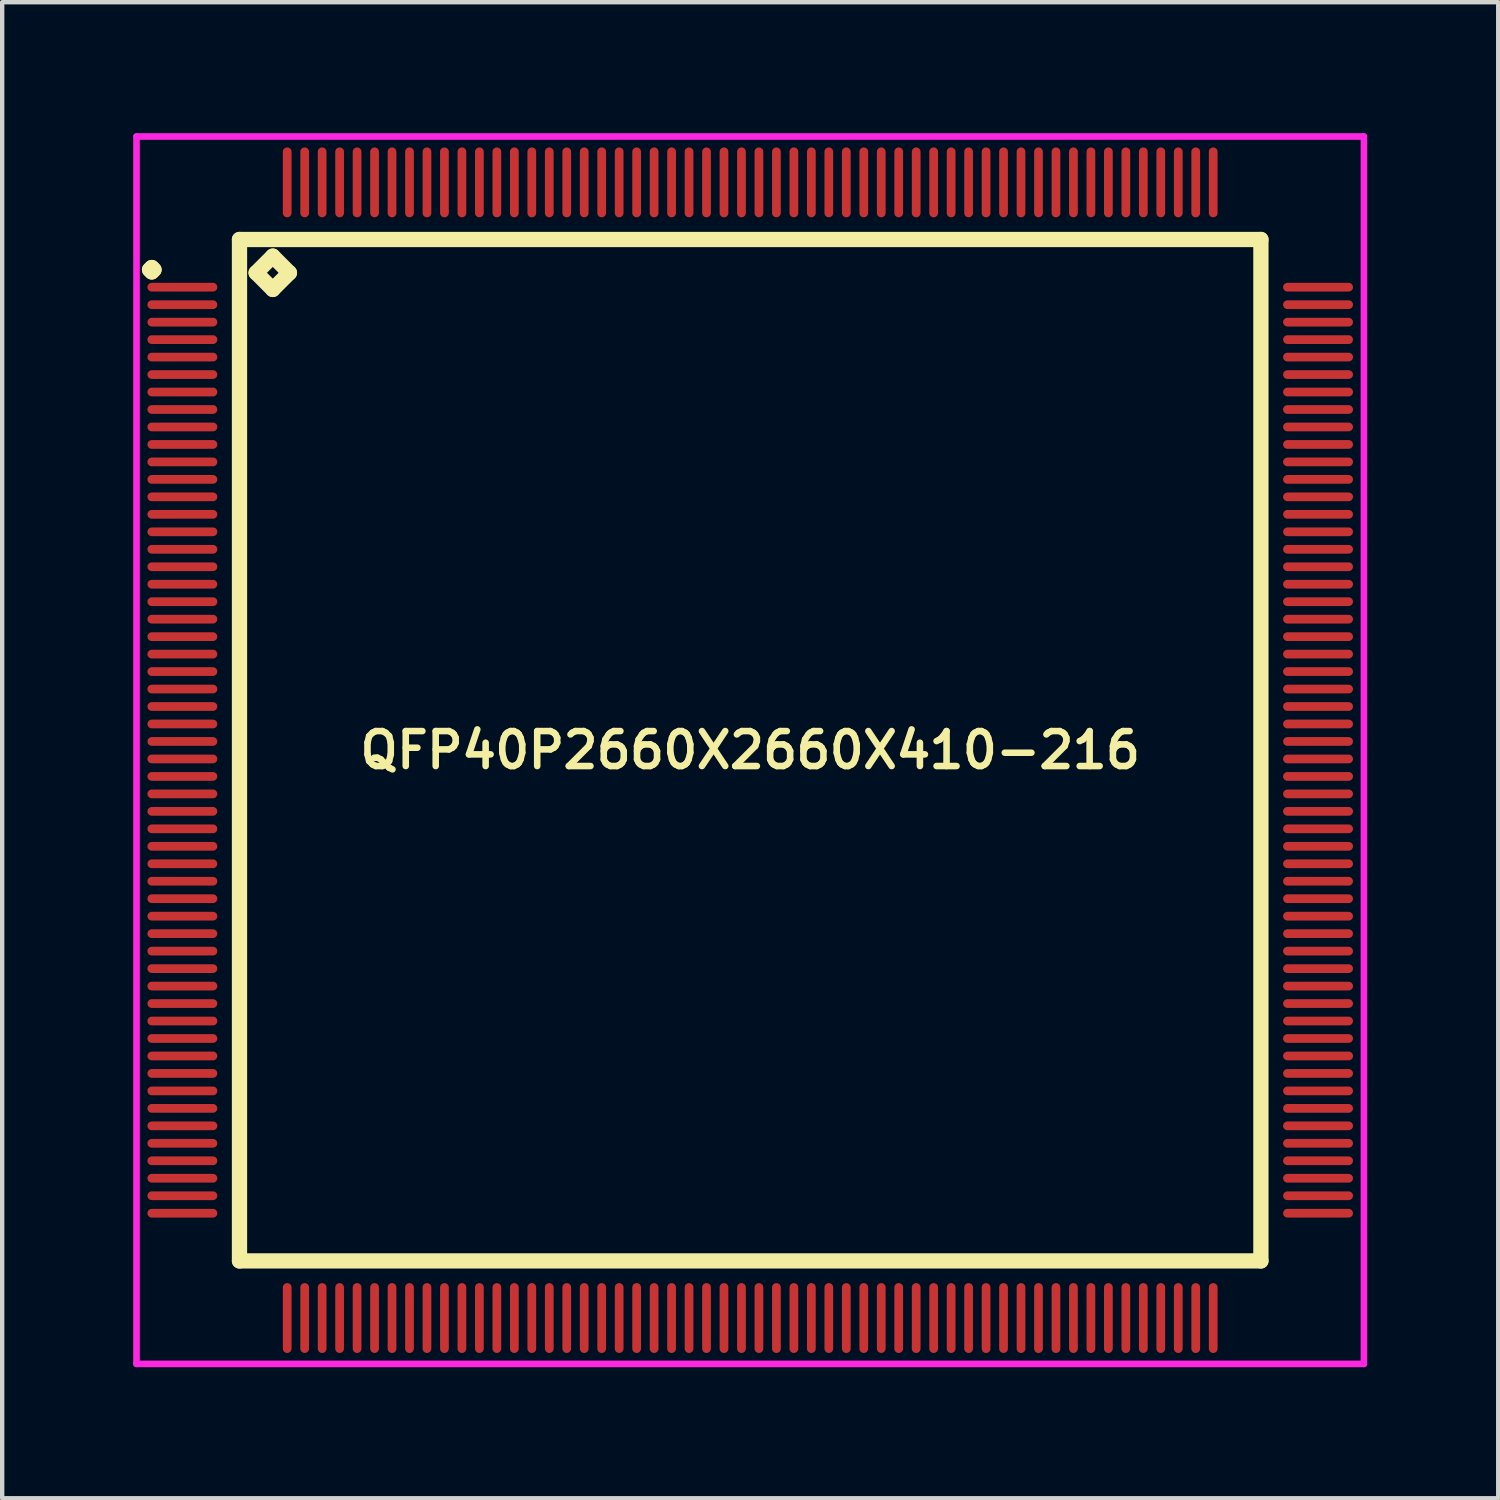
<source format=kicad_pcb>
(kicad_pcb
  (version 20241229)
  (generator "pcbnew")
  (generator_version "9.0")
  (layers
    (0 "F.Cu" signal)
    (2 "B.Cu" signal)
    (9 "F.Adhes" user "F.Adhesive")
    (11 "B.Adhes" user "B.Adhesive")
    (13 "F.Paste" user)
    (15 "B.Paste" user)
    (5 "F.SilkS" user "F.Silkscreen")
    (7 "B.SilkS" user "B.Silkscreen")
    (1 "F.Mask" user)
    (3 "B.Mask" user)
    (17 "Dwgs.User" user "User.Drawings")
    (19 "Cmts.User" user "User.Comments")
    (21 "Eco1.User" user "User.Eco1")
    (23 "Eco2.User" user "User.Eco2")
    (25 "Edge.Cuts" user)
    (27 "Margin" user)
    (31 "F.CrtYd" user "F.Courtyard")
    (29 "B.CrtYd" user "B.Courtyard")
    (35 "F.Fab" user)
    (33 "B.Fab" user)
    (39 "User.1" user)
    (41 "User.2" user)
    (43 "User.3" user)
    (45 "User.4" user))
  (footprint "QFP40P2660X2660X410-216"
    (layer "F.Cu")
    (at 14.125 14.125)
    (property "Reference" "QFP40P2660X2660X410-216" (at 0 0 0) (layer "F.SilkS") (effects (font (size 0.8 0.8) (thickness 0.15))))
    (attr smd)
    (fp_line (start -13.75 -11) (end -13.7 -11.05) (stroke (width 0.35) (type solid)) (layer "F.SilkS"))
    (fp_line (start -13.7 -11.05) (end -13.65 -11) (stroke (width 0.35) (type solid)) (layer "F.SilkS"))
    (fp_line (start -13.7 -10.95) (end -13.75 -11) (stroke (width 0.35) (type solid)) (layer "F.SilkS"))
    (fp_line (start -13.65 -11) (end -13.7 -10.95) (stroke (width 0.35) (type solid)) (layer "F.SilkS"))
    (fp_line (start -11.692 -11.692) (end -11.692 11.692) (stroke (width 0.35) (type solid)) (layer "F.SilkS"))
    (fp_line (start -11.692 11.692) (end 11.692 11.692) (stroke (width 0.35) (type solid)) (layer "F.SilkS"))
    (fp_line (start -11.311 -10.93) (end -10.93 -11.311) (stroke (width 0.35) (type solid)) (layer "F.SilkS"))
    (fp_line (start -10.93 -11.311) (end -10.549 -10.93) (stroke (width 0.35) (type solid)) (layer "F.SilkS"))
    (fp_line (start -10.93 -10.549) (end -11.311 -10.93) (stroke (width 0.35) (type solid)) (layer "F.SilkS"))
    (fp_line (start -10.549 -10.93) (end -10.93 -10.549) (stroke (width 0.35) (type solid)) (layer "F.SilkS"))
    (fp_line (start 11.692 -11.692) (end -11.692 -11.692) (stroke (width 0.35) (type solid)) (layer "F.SilkS"))
    (fp_line (start 11.692 11.692) (end 11.692 -11.692) (stroke (width 0.35) (type solid)) (layer "F.SilkS"))
    (fp_line (start -14.05 -14.05) (end 14.05 -14.05) (stroke (width 0.15) (type solid)) (layer "F.CrtYd"))
    (fp_line (start -14.05 14.05) (end -14.05 -14.05) (stroke (width 0.15) (type solid)) (layer "F.CrtYd"))
    (fp_line (start 14.05 -14.05) (end 14.05 14.05) (stroke (width 0.15) (type solid)) (layer "F.CrtYd"))
    (fp_line (start 14.05 14.05) (end -14.05 14.05) (stroke (width 0.15) (type solid)) (layer "F.CrtYd"))
    (pad "1" smd oval (at -13 -10.6) (size 1.6 0.2) (layers "F.Cu" "F.Mask" "F.Paste"))
    (pad "2" smd oval (at -13 -10.2) (size 1.6 0.2) (layers "F.Cu" "F.Mask" "F.Paste"))
    (pad "3" smd oval (at -13 -9.8) (size 1.6 0.2) (layers "F.Cu" "F.Mask" "F.Paste"))
    (pad "4" smd oval (at -13 -9.4) (size 1.6 0.2) (layers "F.Cu" "F.Mask" "F.Paste"))
    (pad "5" smd oval (at -13 -9) (size 1.6 0.2) (layers "F.Cu" "F.Mask" "F.Paste"))
    (pad "6" smd oval (at -13 -8.6) (size 1.6 0.2) (layers "F.Cu" "F.Mask" "F.Paste"))
    (pad "7" smd oval (at -13 -8.2) (size 1.6 0.2) (layers "F.Cu" "F.Mask" "F.Paste"))
    (pad "8" smd oval (at -13 -7.8) (size 1.6 0.2) (layers "F.Cu" "F.Mask" "F.Paste"))
    (pad "9" smd oval (at -13 -7.4) (size 1.6 0.2) (layers "F.Cu" "F.Mask" "F.Paste"))
    (pad "10" smd oval (at -13 -7) (size 1.6 0.2) (layers "F.Cu" "F.Mask" "F.Paste"))
    (pad "11" smd oval (at -13 -6.6) (size 1.6 0.2) (layers "F.Cu" "F.Mask" "F.Paste"))
    (pad "12" smd oval (at -13 -6.2) (size 1.6 0.2) (layers "F.Cu" "F.Mask" "F.Paste"))
    (pad "13" smd oval (at -13 -5.8) (size 1.6 0.2) (layers "F.Cu" "F.Mask" "F.Paste"))
    (pad "14" smd oval (at -13 -5.4) (size 1.6 0.2) (layers "F.Cu" "F.Mask" "F.Paste"))
    (pad "15" smd oval (at -13 -5) (size 1.6 0.2) (layers "F.Cu" "F.Mask" "F.Paste"))
    (pad "16" smd oval (at -13 -4.6) (size 1.6 0.2) (layers "F.Cu" "F.Mask" "F.Paste"))
    (pad "17" smd oval (at -13 -4.2) (size 1.6 0.2) (layers "F.Cu" "F.Mask" "F.Paste"))
    (pad "18" smd oval (at -13 -3.8) (size 1.6 0.2) (layers "F.Cu" "F.Mask" "F.Paste"))
    (pad "19" smd oval (at -13 -3.4) (size 1.6 0.2) (layers "F.Cu" "F.Mask" "F.Paste"))
    (pad "20" smd oval (at -13 -3) (size 1.6 0.2) (layers "F.Cu" "F.Mask" "F.Paste"))
    (pad "21" smd oval (at -13 -2.6) (size 1.6 0.2) (layers "F.Cu" "F.Mask" "F.Paste"))
    (pad "22" smd oval (at -13 -2.2) (size 1.6 0.2) (layers "F.Cu" "F.Mask" "F.Paste"))
    (pad "23" smd oval (at -13 -1.8) (size 1.6 0.2) (layers "F.Cu" "F.Mask" "F.Paste"))
    (pad "24" smd oval (at -13 -1.4) (size 1.6 0.2) (layers "F.Cu" "F.Mask" "F.Paste"))
    (pad "25" smd oval (at -13 -1) (size 1.6 0.2) (layers "F.Cu" "F.Mask" "F.Paste"))
    (pad "26" smd oval (at -13 -0.6) (size 1.6 0.2) (layers "F.Cu" "F.Mask" "F.Paste"))
    (pad "27" smd oval (at -13 -0.2) (size 1.6 0.2) (layers "F.Cu" "F.Mask" "F.Paste"))
    (pad "28" smd oval (at -13 0.2) (size 1.6 0.2) (layers "F.Cu" "F.Mask" "F.Paste"))
    (pad "29" smd oval (at -13 0.6) (size 1.6 0.2) (layers "F.Cu" "F.Mask" "F.Paste"))
    (pad "30" smd oval (at -13 1) (size 1.6 0.2) (layers "F.Cu" "F.Mask" "F.Paste"))
    (pad "31" smd oval (at -13 1.4) (size 1.6 0.2) (layers "F.Cu" "F.Mask" "F.Paste"))
    (pad "32" smd oval (at -13 1.8) (size 1.6 0.2) (layers "F.Cu" "F.Mask" "F.Paste"))
    (pad "33" smd oval (at -13 2.2) (size 1.6 0.2) (layers "F.Cu" "F.Mask" "F.Paste"))
    (pad "34" smd oval (at -13 2.6) (size 1.6 0.2) (layers "F.Cu" "F.Mask" "F.Paste"))
    (pad "35" smd oval (at -13 3) (size 1.6 0.2) (layers "F.Cu" "F.Mask" "F.Paste"))
    (pad "36" smd oval (at -13 3.4) (size 1.6 0.2) (layers "F.Cu" "F.Mask" "F.Paste"))
    (pad "37" smd oval (at -13 3.8) (size 1.6 0.2) (layers "F.Cu" "F.Mask" "F.Paste"))
    (pad "38" smd oval (at -13 4.2) (size 1.6 0.2) (layers "F.Cu" "F.Mask" "F.Paste"))
    (pad "39" smd oval (at -13 4.6) (size 1.6 0.2) (layers "F.Cu" "F.Mask" "F.Paste"))
    (pad "40" smd oval (at -13 5) (size 1.6 0.2) (layers "F.Cu" "F.Mask" "F.Paste"))
    (pad "41" smd oval (at -13 5.4) (size 1.6 0.2) (layers "F.Cu" "F.Mask" "F.Paste"))
    (pad "42" smd oval (at -13 5.8) (size 1.6 0.2) (layers "F.Cu" "F.Mask" "F.Paste"))
    (pad "43" smd oval (at -13 6.2) (size 1.6 0.2) (layers "F.Cu" "F.Mask" "F.Paste"))
    (pad "44" smd oval (at -13 6.6) (size 1.6 0.2) (layers "F.Cu" "F.Mask" "F.Paste"))
    (pad "45" smd oval (at -13 7) (size 1.6 0.2) (layers "F.Cu" "F.Mask" "F.Paste"))
    (pad "46" smd oval (at -13 7.4) (size 1.6 0.2) (layers "F.Cu" "F.Mask" "F.Paste"))
    (pad "47" smd oval (at -13 7.8) (size 1.6 0.2) (layers "F.Cu" "F.Mask" "F.Paste"))
    (pad "48" smd oval (at -13 8.2) (size 1.6 0.2) (layers "F.Cu" "F.Mask" "F.Paste"))
    (pad "49" smd oval (at -13 8.6) (size 1.6 0.2) (layers "F.Cu" "F.Mask" "F.Paste"))
    (pad "50" smd oval (at -13 9) (size 1.6 0.2) (layers "F.Cu" "F.Mask" "F.Paste"))
    (pad "51" smd oval (at -13 9.4) (size 1.6 0.2) (layers "F.Cu" "F.Mask" "F.Paste"))
    (pad "52" smd oval (at -13 9.8) (size 1.6 0.2) (layers "F.Cu" "F.Mask" "F.Paste"))
    (pad "53" smd oval (at -13 10.2) (size 1.6 0.2) (layers "F.Cu" "F.Mask" "F.Paste"))
    (pad "54" smd oval (at -13 10.6) (size 1.6 0.2) (layers "F.Cu" "F.Mask" "F.Paste"))
    (pad "55" smd oval (at -10.6 13) (size 0.2 1.6) (layers "F.Cu" "F.Mask" "F.Paste"))
    (pad "56" smd oval (at -10.2 13) (size 0.2 1.6) (layers "F.Cu" "F.Mask" "F.Paste"))
    (pad "57" smd oval (at -9.8 13) (size 0.2 1.6) (layers "F.Cu" "F.Mask" "F.Paste"))
    (pad "58" smd oval (at -9.4 13) (size 0.2 1.6) (layers "F.Cu" "F.Mask" "F.Paste"))
    (pad "59" smd oval (at -9 13) (size 0.2 1.6) (layers "F.Cu" "F.Mask" "F.Paste"))
    (pad "60" smd oval (at -8.6 13) (size 0.2 1.6) (layers "F.Cu" "F.Mask" "F.Paste"))
    (pad "61" smd oval (at -8.2 13) (size 0.2 1.6) (layers "F.Cu" "F.Mask" "F.Paste"))
    (pad "62" smd oval (at -7.8 13) (size 0.2 1.6) (layers "F.Cu" "F.Mask" "F.Paste"))
    (pad "63" smd oval (at -7.4 13) (size 0.2 1.6) (layers "F.Cu" "F.Mask" "F.Paste"))
    (pad "64" smd oval (at -7 13) (size 0.2 1.6) (layers "F.Cu" "F.Mask" "F.Paste"))
    (pad "65" smd oval (at -6.6 13) (size 0.2 1.6) (layers "F.Cu" "F.Mask" "F.Paste"))
    (pad "66" smd oval (at -6.2 13) (size 0.2 1.6) (layers "F.Cu" "F.Mask" "F.Paste"))
    (pad "67" smd oval (at -5.8 13) (size 0.2 1.6) (layers "F.Cu" "F.Mask" "F.Paste"))
    (pad "68" smd oval (at -5.4 13) (size 0.2 1.6) (layers "F.Cu" "F.Mask" "F.Paste"))
    (pad "69" smd oval (at -5 13) (size 0.2 1.6) (layers "F.Cu" "F.Mask" "F.Paste"))
    (pad "70" smd oval (at -4.6 13) (size 0.2 1.6) (layers "F.Cu" "F.Mask" "F.Paste"))
    (pad "71" smd oval (at -4.2 13) (size 0.2 1.6) (layers "F.Cu" "F.Mask" "F.Paste"))
    (pad "72" smd oval (at -3.8 13) (size 0.2 1.6) (layers "F.Cu" "F.Mask" "F.Paste"))
    (pad "73" smd oval (at -3.4 13) (size 0.2 1.6) (layers "F.Cu" "F.Mask" "F.Paste"))
    (pad "74" smd oval (at -3 13) (size 0.2 1.6) (layers "F.Cu" "F.Mask" "F.Paste"))
    (pad "75" smd oval (at -2.6 13) (size 0.2 1.6) (layers "F.Cu" "F.Mask" "F.Paste"))
    (pad "76" smd oval (at -2.2 13) (size 0.2 1.6) (layers "F.Cu" "F.Mask" "F.Paste"))
    (pad "77" smd oval (at -1.8 13) (size 0.2 1.6) (layers "F.Cu" "F.Mask" "F.Paste"))
    (pad "78" smd oval (at -1.4 13) (size 0.2 1.6) (layers "F.Cu" "F.Mask" "F.Paste"))
    (pad "79" smd oval (at -1 13) (size 0.2 1.6) (layers "F.Cu" "F.Mask" "F.Paste"))
    (pad "80" smd oval (at -0.6 13) (size 0.2 1.6) (layers "F.Cu" "F.Mask" "F.Paste"))
    (pad "81" smd oval (at -0.2 13) (size 0.2 1.6) (layers "F.Cu" "F.Mask" "F.Paste"))
    (pad "82" smd oval (at 0.2 13) (size 0.2 1.6) (layers "F.Cu" "F.Mask" "F.Paste"))
    (pad "83" smd oval (at 0.6 13) (size 0.2 1.6) (layers "F.Cu" "F.Mask" "F.Paste"))
    (pad "84" smd oval (at 1 13) (size 0.2 1.6) (layers "F.Cu" "F.Mask" "F.Paste"))
    (pad "85" smd oval (at 1.4 13) (size 0.2 1.6) (layers "F.Cu" "F.Mask" "F.Paste"))
    (pad "86" smd oval (at 1.8 13) (size 0.2 1.6) (layers "F.Cu" "F.Mask" "F.Paste"))
    (pad "87" smd oval (at 2.2 13) (size 0.2 1.6) (layers "F.Cu" "F.Mask" "F.Paste"))
    (pad "88" smd oval (at 2.6 13) (size 0.2 1.6) (layers "F.Cu" "F.Mask" "F.Paste"))
    (pad "89" smd oval (at 3 13) (size 0.2 1.6) (layers "F.Cu" "F.Mask" "F.Paste"))
    (pad "90" smd oval (at 3.4 13) (size 0.2 1.6) (layers "F.Cu" "F.Mask" "F.Paste"))
    (pad "91" smd oval (at 3.8 13) (size 0.2 1.6) (layers "F.Cu" "F.Mask" "F.Paste"))
    (pad "92" smd oval (at 4.2 13) (size 0.2 1.6) (layers "F.Cu" "F.Mask" "F.Paste"))
    (pad "93" smd oval (at 4.6 13) (size 0.2 1.6) (layers "F.Cu" "F.Mask" "F.Paste"))
    (pad "94" smd oval (at 5 13) (size 0.2 1.6) (layers "F.Cu" "F.Mask" "F.Paste"))
    (pad "95" smd oval (at 5.4 13) (size 0.2 1.6) (layers "F.Cu" "F.Mask" "F.Paste"))
    (pad "96" smd oval (at 5.8 13) (size 0.2 1.6) (layers "F.Cu" "F.Mask" "F.Paste"))
    (pad "97" smd oval (at 6.2 13) (size 0.2 1.6) (layers "F.Cu" "F.Mask" "F.Paste"))
    (pad "98" smd oval (at 6.6 13) (size 0.2 1.6) (layers "F.Cu" "F.Mask" "F.Paste"))
    (pad "99" smd oval (at 7 13) (size 0.2 1.6) (layers "F.Cu" "F.Mask" "F.Paste"))
    (pad "100" smd oval (at 7.4 13) (size 0.2 1.6) (layers "F.Cu" "F.Mask" "F.Paste"))
    (pad "101" smd oval (at 7.8 13) (size 0.2 1.6) (layers "F.Cu" "F.Mask" "F.Paste"))
    (pad "102" smd oval (at 8.2 13) (size 0.2 1.6) (layers "F.Cu" "F.Mask" "F.Paste"))
    (pad "103" smd oval (at 8.6 13) (size 0.2 1.6) (layers "F.Cu" "F.Mask" "F.Paste"))
    (pad "104" smd oval (at 9 13) (size 0.2 1.6) (layers "F.Cu" "F.Mask" "F.Paste"))
    (pad "105" smd oval (at 9.4 13) (size 0.2 1.6) (layers "F.Cu" "F.Mask" "F.Paste"))
    (pad "106" smd oval (at 9.8 13) (size 0.2 1.6) (layers "F.Cu" "F.Mask" "F.Paste"))
    (pad "107" smd oval (at 10.2 13) (size 0.2 1.6) (layers "F.Cu" "F.Mask" "F.Paste"))
    (pad "108" smd oval (at 10.6 13) (size 0.2 1.6) (layers "F.Cu" "F.Mask" "F.Paste"))
    (pad "109" smd oval (at 13 10.6) (size 1.6 0.2) (layers "F.Cu" "F.Mask" "F.Paste"))
    (pad "110" smd oval (at 13 10.2) (size 1.6 0.2) (layers "F.Cu" "F.Mask" "F.Paste"))
    (pad "111" smd oval (at 13 9.8) (size 1.6 0.2) (layers "F.Cu" "F.Mask" "F.Paste"))
    (pad "112" smd oval (at 13 9.4) (size 1.6 0.2) (layers "F.Cu" "F.Mask" "F.Paste"))
    (pad "113" smd oval (at 13 9) (size 1.6 0.2) (layers "F.Cu" "F.Mask" "F.Paste"))
    (pad "114" smd oval (at 13 8.6) (size 1.6 0.2) (layers "F.Cu" "F.Mask" "F.Paste"))
    (pad "115" smd oval (at 13 8.2) (size 1.6 0.2) (layers "F.Cu" "F.Mask" "F.Paste"))
    (pad "116" smd oval (at 13 7.8) (size 1.6 0.2) (layers "F.Cu" "F.Mask" "F.Paste"))
    (pad "117" smd oval (at 13 7.4) (size 1.6 0.2) (layers "F.Cu" "F.Mask" "F.Paste"))
    (pad "118" smd oval (at 13 7) (size 1.6 0.2) (layers "F.Cu" "F.Mask" "F.Paste"))
    (pad "119" smd oval (at 13 6.6) (size 1.6 0.2) (layers "F.Cu" "F.Mask" "F.Paste"))
    (pad "120" smd oval (at 13 6.2) (size 1.6 0.2) (layers "F.Cu" "F.Mask" "F.Paste"))
    (pad "121" smd oval (at 13 5.8) (size 1.6 0.2) (layers "F.Cu" "F.Mask" "F.Paste"))
    (pad "122" smd oval (at 13 5.4) (size 1.6 0.2) (layers "F.Cu" "F.Mask" "F.Paste"))
    (pad "123" smd oval (at 13 5) (size 1.6 0.2) (layers "F.Cu" "F.Mask" "F.Paste"))
    (pad "124" smd oval (at 13 4.6) (size 1.6 0.2) (layers "F.Cu" "F.Mask" "F.Paste"))
    (pad "125" smd oval (at 13 4.2) (size 1.6 0.2) (layers "F.Cu" "F.Mask" "F.Paste"))
    (pad "126" smd oval (at 13 3.8) (size 1.6 0.2) (layers "F.Cu" "F.Mask" "F.Paste"))
    (pad "127" smd oval (at 13 3.4) (size 1.6 0.2) (layers "F.Cu" "F.Mask" "F.Paste"))
    (pad "128" smd oval (at 13 3) (size 1.6 0.2) (layers "F.Cu" "F.Mask" "F.Paste"))
    (pad "129" smd oval (at 13 2.6) (size 1.6 0.2) (layers "F.Cu" "F.Mask" "F.Paste"))
    (pad "130" smd oval (at 13 2.2) (size 1.6 0.2) (layers "F.Cu" "F.Mask" "F.Paste"))
    (pad "131" smd oval (at 13 1.8) (size 1.6 0.2) (layers "F.Cu" "F.Mask" "F.Paste"))
    (pad "132" smd oval (at 13 1.4) (size 1.6 0.2) (layers "F.Cu" "F.Mask" "F.Paste"))
    (pad "133" smd oval (at 13 1) (size 1.6 0.2) (layers "F.Cu" "F.Mask" "F.Paste"))
    (pad "134" smd oval (at 13 0.6) (size 1.6 0.2) (layers "F.Cu" "F.Mask" "F.Paste"))
    (pad "135" smd oval (at 13 0.2) (size 1.6 0.2) (layers "F.Cu" "F.Mask" "F.Paste"))
    (pad "136" smd oval (at 13 -0.2) (size 1.6 0.2) (layers "F.Cu" "F.Mask" "F.Paste"))
    (pad "137" smd oval (at 13 -0.6) (size 1.6 0.2) (layers "F.Cu" "F.Mask" "F.Paste"))
    (pad "138" smd oval (at 13 -1) (size 1.6 0.2) (layers "F.Cu" "F.Mask" "F.Paste"))
    (pad "139" smd oval (at 13 -1.4) (size 1.6 0.2) (layers "F.Cu" "F.Mask" "F.Paste"))
    (pad "140" smd oval (at 13 -1.8) (size 1.6 0.2) (layers "F.Cu" "F.Mask" "F.Paste"))
    (pad "141" smd oval (at 13 -2.2) (size 1.6 0.2) (layers "F.Cu" "F.Mask" "F.Paste"))
    (pad "142" smd oval (at 13 -2.6) (size 1.6 0.2) (layers "F.Cu" "F.Mask" "F.Paste"))
    (pad "143" smd oval (at 13 -3) (size 1.6 0.2) (layers "F.Cu" "F.Mask" "F.Paste"))
    (pad "144" smd oval (at 13 -3.4) (size 1.6 0.2) (layers "F.Cu" "F.Mask" "F.Paste"))
    (pad "145" smd oval (at 13 -3.8) (size 1.6 0.2) (layers "F.Cu" "F.Mask" "F.Paste"))
    (pad "146" smd oval (at 13 -4.2) (size 1.6 0.2) (layers "F.Cu" "F.Mask" "F.Paste"))
    (pad "147" smd oval (at 13 -4.6) (size 1.6 0.2) (layers "F.Cu" "F.Mask" "F.Paste"))
    (pad "148" smd oval (at 13 -5) (size 1.6 0.2) (layers "F.Cu" "F.Mask" "F.Paste"))
    (pad "149" smd oval (at 13 -5.4) (size 1.6 0.2) (layers "F.Cu" "F.Mask" "F.Paste"))
    (pad "150" smd oval (at 13 -5.8) (size 1.6 0.2) (layers "F.Cu" "F.Mask" "F.Paste"))
    (pad "151" smd oval (at 13 -6.2) (size 1.6 0.2) (layers "F.Cu" "F.Mask" "F.Paste"))
    (pad "152" smd oval (at 13 -6.6) (size 1.6 0.2) (layers "F.Cu" "F.Mask" "F.Paste"))
    (pad "153" smd oval (at 13 -7) (size 1.6 0.2) (layers "F.Cu" "F.Mask" "F.Paste"))
    (pad "154" smd oval (at 13 -7.4) (size 1.6 0.2) (layers "F.Cu" "F.Mask" "F.Paste"))
    (pad "155" smd oval (at 13 -7.8) (size 1.6 0.2) (layers "F.Cu" "F.Mask" "F.Paste"))
    (pad "156" smd oval (at 13 -8.2) (size 1.6 0.2) (layers "F.Cu" "F.Mask" "F.Paste"))
    (pad "157" smd oval (at 13 -8.6) (size 1.6 0.2) (layers "F.Cu" "F.Mask" "F.Paste"))
    (pad "158" smd oval (at 13 -9) (size 1.6 0.2) (layers "F.Cu" "F.Mask" "F.Paste"))
    (pad "159" smd oval (at 13 -9.4) (size 1.6 0.2) (layers "F.Cu" "F.Mask" "F.Paste"))
    (pad "160" smd oval (at 13 -9.8) (size 1.6 0.2) (layers "F.Cu" "F.Mask" "F.Paste"))
    (pad "161" smd oval (at 13 -10.2) (size 1.6 0.2) (layers "F.Cu" "F.Mask" "F.Paste"))
    (pad "162" smd oval (at 13 -10.6) (size 1.6 0.2) (layers "F.Cu" "F.Mask" "F.Paste"))
    (pad "163" smd oval (at 10.6 -13) (size 0.2 1.6) (layers "F.Cu" "F.Mask" "F.Paste"))
    (pad "164" smd oval (at 10.2 -13) (size 0.2 1.6) (layers "F.Cu" "F.Mask" "F.Paste"))
    (pad "165" smd oval (at 9.8 -13) (size 0.2 1.6) (layers "F.Cu" "F.Mask" "F.Paste"))
    (pad "166" smd oval (at 9.4 -13) (size 0.2 1.6) (layers "F.Cu" "F.Mask" "F.Paste"))
    (pad "167" smd oval (at 9 -13) (size 0.2 1.6) (layers "F.Cu" "F.Mask" "F.Paste"))
    (pad "168" smd oval (at 8.6 -13) (size 0.2 1.6) (layers "F.Cu" "F.Mask" "F.Paste"))
    (pad "169" smd oval (at 8.2 -13) (size 0.2 1.6) (layers "F.Cu" "F.Mask" "F.Paste"))
    (pad "170" smd oval (at 7.8 -13) (size 0.2 1.6) (layers "F.Cu" "F.Mask" "F.Paste"))
    (pad "171" smd oval (at 7.4 -13) (size 0.2 1.6) (layers "F.Cu" "F.Mask" "F.Paste"))
    (pad "172" smd oval (at 7 -13) (size 0.2 1.6) (layers "F.Cu" "F.Mask" "F.Paste"))
    (pad "173" smd oval (at 6.6 -13) (size 0.2 1.6) (layers "F.Cu" "F.Mask" "F.Paste"))
    (pad "174" smd oval (at 6.2 -13) (size 0.2 1.6) (layers "F.Cu" "F.Mask" "F.Paste"))
    (pad "175" smd oval (at 5.8 -13) (size 0.2 1.6) (layers "F.Cu" "F.Mask" "F.Paste"))
    (pad "176" smd oval (at 5.4 -13) (size 0.2 1.6) (layers "F.Cu" "F.Mask" "F.Paste"))
    (pad "177" smd oval (at 5 -13) (size 0.2 1.6) (layers "F.Cu" "F.Mask" "F.Paste"))
    (pad "178" smd oval (at 4.6 -13) (size 0.2 1.6) (layers "F.Cu" "F.Mask" "F.Paste"))
    (pad "179" smd oval (at 4.2 -13) (size 0.2 1.6) (layers "F.Cu" "F.Mask" "F.Paste"))
    (pad "180" smd oval (at 3.8 -13) (size 0.2 1.6) (layers "F.Cu" "F.Mask" "F.Paste"))
    (pad "181" smd oval (at 3.4 -13) (size 0.2 1.6) (layers "F.Cu" "F.Mask" "F.Paste"))
    (pad "182" smd oval (at 3 -13) (size 0.2 1.6) (layers "F.Cu" "F.Mask" "F.Paste"))
    (pad "183" smd oval (at 2.6 -13) (size 0.2 1.6) (layers "F.Cu" "F.Mask" "F.Paste"))
    (pad "184" smd oval (at 2.2 -13) (size 0.2 1.6) (layers "F.Cu" "F.Mask" "F.Paste"))
    (pad "185" smd oval (at 1.8 -13) (size 0.2 1.6) (layers "F.Cu" "F.Mask" "F.Paste"))
    (pad "186" smd oval (at 1.4 -13) (size 0.2 1.6) (layers "F.Cu" "F.Mask" "F.Paste"))
    (pad "187" smd oval (at 1 -13) (size 0.2 1.6) (layers "F.Cu" "F.Mask" "F.Paste"))
    (pad "188" smd oval (at 0.6 -13) (size 0.2 1.6) (layers "F.Cu" "F.Mask" "F.Paste"))
    (pad "189" smd oval (at 0.2 -13) (size 0.2 1.6) (layers "F.Cu" "F.Mask" "F.Paste"))
    (pad "190" smd oval (at -0.2 -13) (size 0.2 1.6) (layers "F.Cu" "F.Mask" "F.Paste"))
    (pad "191" smd oval (at -0.6 -13) (size 0.2 1.6) (layers "F.Cu" "F.Mask" "F.Paste"))
    (pad "192" smd oval (at -1 -13) (size 0.2 1.6) (layers "F.Cu" "F.Mask" "F.Paste"))
    (pad "193" smd oval (at -1.4 -13) (size 0.2 1.6) (layers "F.Cu" "F.Mask" "F.Paste"))
    (pad "194" smd oval (at -1.8 -13) (size 0.2 1.6) (layers "F.Cu" "F.Mask" "F.Paste"))
    (pad "195" smd oval (at -2.2 -13) (size 0.2 1.6) (layers "F.Cu" "F.Mask" "F.Paste"))
    (pad "196" smd oval (at -2.6 -13) (size 0.2 1.6) (layers "F.Cu" "F.Mask" "F.Paste"))
    (pad "197" smd oval (at -3 -13) (size 0.2 1.6) (layers "F.Cu" "F.Mask" "F.Paste"))
    (pad "198" smd oval (at -3.4 -13) (size 0.2 1.6) (layers "F.Cu" "F.Mask" "F.Paste"))
    (pad "199" smd oval (at -3.8 -13) (size 0.2 1.6) (layers "F.Cu" "F.Mask" "F.Paste"))
    (pad "200" smd oval (at -4.2 -13) (size 0.2 1.6) (layers "F.Cu" "F.Mask" "F.Paste"))
    (pad "201" smd oval (at -4.6 -13) (size 0.2 1.6) (layers "F.Cu" "F.Mask" "F.Paste"))
    (pad "202" smd oval (at -5 -13) (size 0.2 1.6) (layers "F.Cu" "F.Mask" "F.Paste"))
    (pad "203" smd oval (at -5.4 -13) (size 0.2 1.6) (layers "F.Cu" "F.Mask" "F.Paste"))
    (pad "204" smd oval (at -5.8 -13) (size 0.2 1.6) (layers "F.Cu" "F.Mask" "F.Paste"))
    (pad "205" smd oval (at -6.2 -13) (size 0.2 1.6) (layers "F.Cu" "F.Mask" "F.Paste"))
    (pad "206" smd oval (at -6.6 -13) (size 0.2 1.6) (layers "F.Cu" "F.Mask" "F.Paste"))
    (pad "207" smd oval (at -7 -13) (size 0.2 1.6) (layers "F.Cu" "F.Mask" "F.Paste"))
    (pad "208" smd oval (at -7.4 -13) (size 0.2 1.6) (layers "F.Cu" "F.Mask" "F.Paste"))
    (pad "209" smd oval (at -7.8 -13) (size 0.2 1.6) (layers "F.Cu" "F.Mask" "F.Paste"))
    (pad "210" smd oval (at -8.2 -13) (size 0.2 1.6) (layers "F.Cu" "F.Mask" "F.Paste"))
    (pad "211" smd oval (at -8.6 -13) (size 0.2 1.6) (layers "F.Cu" "F.Mask" "F.Paste"))
    (pad "212" smd oval (at -9 -13) (size 0.2 1.6) (layers "F.Cu" "F.Mask" "F.Paste"))
    (pad "213" smd oval (at -9.4 -13) (size 0.2 1.6) (layers "F.Cu" "F.Mask" "F.Paste"))
    (pad "214" smd oval (at -9.8 -13) (size 0.2 1.6) (layers "F.Cu" "F.Mask" "F.Paste"))
    (pad "215" smd oval (at -10.2 -13) (size 0.2 1.6) (layers "F.Cu" "F.Mask" "F.Paste"))
    (pad "216" smd oval (at -10.6 -13) (size 0.2 1.6) (layers "F.Cu" "F.Mask" "F.Paste")))
  (gr_rect
    (start -3 -3)
    (end 31.25 31.25)
    (stroke (width 0.1) (type default))
    (fill no)
    (layer "Edge.Cuts")))
</source>
